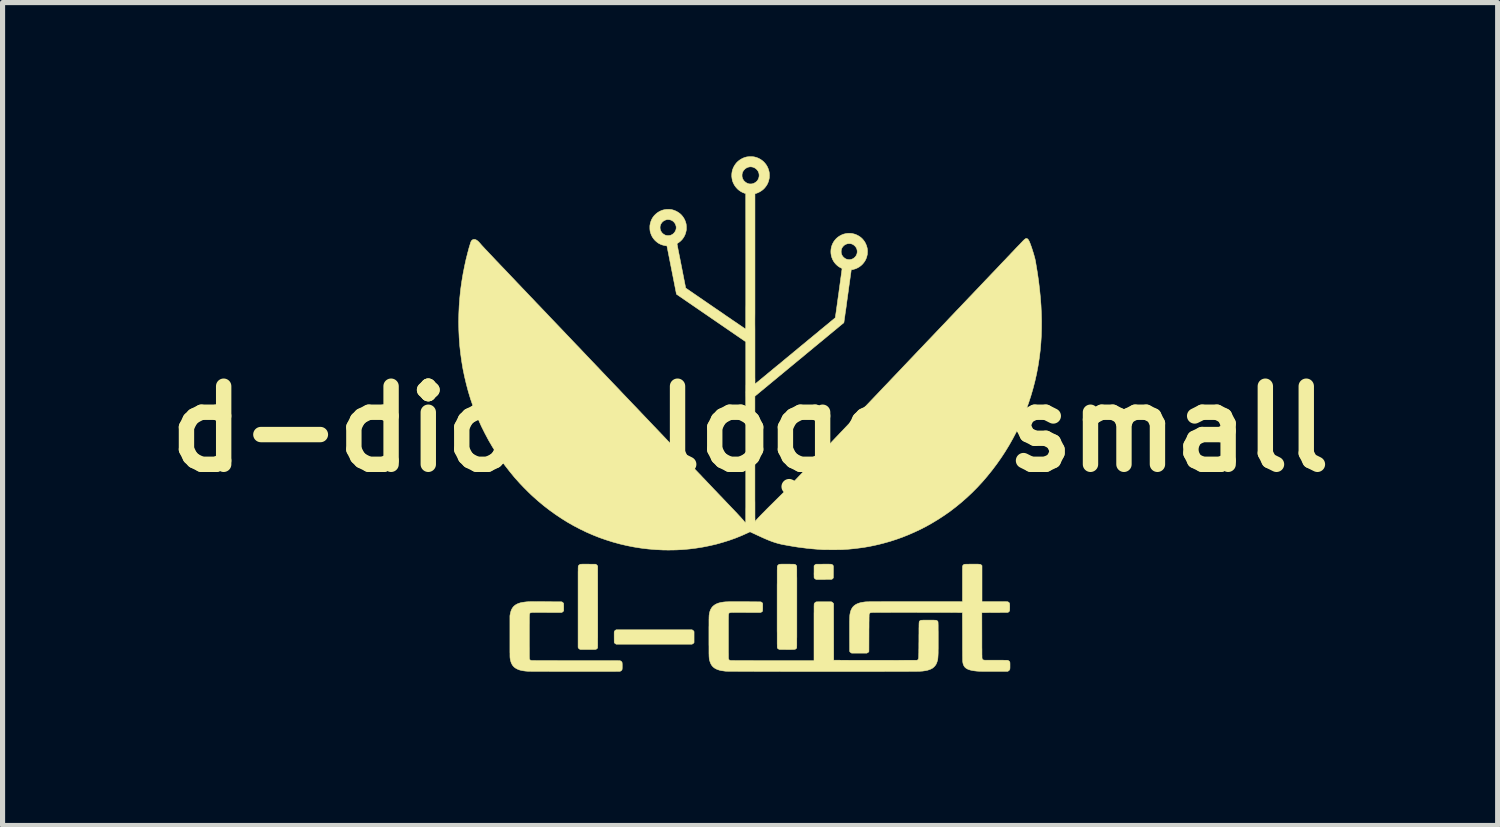
<source format=kicad_pcb>
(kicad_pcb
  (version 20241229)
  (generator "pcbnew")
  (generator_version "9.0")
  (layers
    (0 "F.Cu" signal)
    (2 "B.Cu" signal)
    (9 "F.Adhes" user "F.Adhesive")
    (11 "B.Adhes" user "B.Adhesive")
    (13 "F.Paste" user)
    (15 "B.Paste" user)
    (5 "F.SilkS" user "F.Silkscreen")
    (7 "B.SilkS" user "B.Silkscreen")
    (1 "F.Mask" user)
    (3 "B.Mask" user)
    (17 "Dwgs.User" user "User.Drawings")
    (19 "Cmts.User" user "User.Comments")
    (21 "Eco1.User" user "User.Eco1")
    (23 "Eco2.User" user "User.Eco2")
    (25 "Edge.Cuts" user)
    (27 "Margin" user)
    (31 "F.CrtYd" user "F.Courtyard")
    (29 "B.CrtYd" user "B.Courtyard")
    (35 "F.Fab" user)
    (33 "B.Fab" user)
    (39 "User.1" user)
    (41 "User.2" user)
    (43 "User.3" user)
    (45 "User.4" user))
  (footprint "d-diot-logo-small"
    (layer "F.Cu")
    (at 11.582 5.318)
    (property "Reference" "d-diot-logo-small" (at 0 0 0) (layer "F.SilkS") (effects (font (size 1.524 1.524) (thickness 0.3))))
    (attr through_hole)
    (fp_poly (pts (xy -1.121 3.924) (xy -1.112 3.93) (xy -1.104 3.938) (xy -1.097 3.946) (xy -1.093 3.953) (xy -1.093 3.957) (xy -1.093 3.965) (xy -1.093 3.977) (xy -1.093 3.993) (xy -1.093 4.011) (xy -1.093 4.031) (xy -1.093 4.054) (xy -1.093 4.063) (xy -1.093 4.167) (xy -1.1 4.176) (xy -1.107 4.183) (xy -1.115 4.189) (xy -1.121 4.192) (xy -1.134 4.199) (xy -2.61 4.199) (xy -2.623 4.192) (xy -2.636 4.183) (xy -2.644 4.175) (xy -2.65 4.165) (xy -2.651 4.065) (xy -2.651 4.035) (xy -2.651 4.01) (xy -2.651 3.989) (xy -2.651 3.973) (xy -2.65 3.962) (xy -2.649 3.955) (xy -2.649 3.955) (xy -2.643 3.942) (xy -2.633 3.93) (xy -2.623 3.924) (xy -2.612 3.918) (xy -1.132 3.918) (xy -1.121 3.924)) (stroke (width 0.01) (type solid)) (fill yes) (layer "F.SilkS"))
    (fp_poly (pts (xy 1.524 2.637) (xy 1.545 2.637) (xy 1.562 2.638) (xy 1.574 2.638) (xy 1.582 2.639) (xy 1.585 2.639) (xy 1.6 2.645) (xy 1.612 2.653) (xy 1.62 2.664) (xy 1.621 2.665) (xy 1.622 2.667) (xy 1.623 2.67) (xy 1.624 2.673) (xy 1.624 2.678) (xy 1.625 2.684) (xy 1.625 2.692) (xy 1.625 2.703) (xy 1.625 2.717) (xy 1.625 2.734) (xy 1.625 2.755) (xy 1.625 2.781) (xy 1.625 2.79) (xy 1.624 2.905) (xy 1.617 2.914) (xy 1.61 2.922) (xy 1.602 2.928) (xy 1.599 2.929) (xy 1.597 2.93) (xy 1.595 2.931) (xy 1.592 2.932) (xy 1.588 2.933) (xy 1.583 2.934) (xy 1.577 2.934) (xy 1.568 2.934) (xy 1.557 2.935) (xy 1.542 2.935) (xy 1.525 2.935) (xy 1.503 2.935) (xy 1.478 2.935) (xy 1.448 2.936) (xy 1.44 2.936) (xy 1.292 2.936) (xy 1.279 2.93) (xy 1.267 2.923) (xy 1.257 2.914) (xy 1.251 2.904) (xy 1.248 2.898) (xy 1.248 2.893) (xy 1.248 2.885) (xy 1.248 2.872) (xy 1.248 2.856) (xy 1.247 2.837) (xy 1.247 2.816) (xy 1.248 2.793) (xy 1.248 2.78) (xy 1.248 2.67) (xy 1.256 2.66) (xy 1.263 2.653) (xy 1.273 2.646) (xy 1.277 2.644) (xy 1.289 2.638) (xy 1.431 2.637) (xy 1.467 2.637) (xy 1.498 2.637) (xy 1.524 2.637)) (stroke (width 0.01) (type solid)) (fill yes) (layer "F.SilkS"))
    (fp_poly (pts (xy -3.178 2.637) (xy -3.157 2.637) (xy -3.013 2.638) (xy -3.001 2.645) (xy -2.992 2.652) (xy -2.984 2.66) (xy -2.981 2.664) (xy -2.973 2.675) (xy -2.972 3.469) (xy -2.972 3.55) (xy -2.972 3.625) (xy -2.972 3.695) (xy -2.972 3.761) (xy -2.972 3.822) (xy -2.972 3.879) (xy -2.972 3.931) (xy -2.972 3.979) (xy -2.972 4.023) (xy -2.972 4.063) (xy -2.973 4.099) (xy -2.973 4.131) (xy -2.973 4.16) (xy -2.973 4.185) (xy -2.973 4.206) (xy -2.973 4.225) (xy -2.974 4.24) (xy -2.974 4.251) (xy -2.974 4.26) (xy -2.974 4.266) (xy -2.975 4.27) (xy -2.975 4.27) (xy -2.978 4.276) (xy -2.984 4.283) (xy -2.988 4.286) (xy -2.992 4.29) (xy -2.996 4.293) (xy -3 4.295) (xy -3.005 4.297) (xy -3.01 4.299) (xy -3.018 4.3) (xy -3.027 4.301) (xy -3.039 4.302) (xy -3.053 4.302) (xy -3.071 4.302) (xy -3.092 4.302) (xy -3.117 4.302) (xy -3.147 4.302) (xy -3.163 4.302) (xy -3.19 4.302) (xy -3.215 4.302) (xy -3.238 4.302) (xy -3.259 4.302) (xy -3.277 4.302) (xy -3.291 4.301) (xy -3.302 4.301) (xy -3.308 4.301) (xy -3.31 4.301) (xy -3.321 4.297) (xy -3.332 4.291) (xy -3.342 4.282) (xy -3.349 4.273) (xy -3.35 4.272) (xy -3.355 4.261) (xy -3.355 3.472) (xy -3.355 3.397) (xy -3.355 3.327) (xy -3.355 3.262) (xy -3.355 3.201) (xy -3.355 3.144) (xy -3.355 3.092) (xy -3.355 3.044) (xy -3.355 3) (xy -3.355 2.959) (xy -3.355 2.922) (xy -3.355 2.889) (xy -3.355 2.858) (xy -3.355 2.831) (xy -3.355 2.807) (xy -3.355 2.785) (xy -3.354 2.766) (xy -3.354 2.749) (xy -3.354 2.735) (xy -3.354 2.722) (xy -3.354 2.712) (xy -3.353 2.703) (xy -3.353 2.696) (xy -3.353 2.69) (xy -3.353 2.685) (xy -3.352 2.681) (xy -3.352 2.678) (xy -3.352 2.676) (xy -3.351 2.675) (xy -3.351 2.674) (xy -3.351 2.673) (xy -3.344 2.663) (xy -3.334 2.653) (xy -3.323 2.645) (xy -3.313 2.64) (xy -3.312 2.639) (xy -3.307 2.639) (xy -3.3 2.638) (xy -3.29 2.638) (xy -3.275 2.637) (xy -3.257 2.637) (xy -3.235 2.637) (xy -3.209 2.637) (xy -3.178 2.637)) (stroke (width 0.01) (type solid)) (fill yes) (layer "F.SilkS"))
    (fp_poly (pts (xy 0.706 2.637) (xy 0.726 2.637) (xy 0.757 2.637) (xy 0.783 2.637) (xy 0.805 2.638) (xy 0.823 2.638) (xy 0.838 2.638) (xy 0.85 2.638) (xy 0.859 2.639) (xy 0.865 2.639) (xy 0.87 2.64) (xy 0.874 2.641) (xy 0.876 2.641) (xy 0.878 2.642) (xy 0.889 2.65) (xy 0.899 2.66) (xy 0.907 2.671) (xy 0.908 2.673) (xy 0.908 2.674) (xy 0.908 2.675) (xy 0.909 2.678) (xy 0.909 2.681) (xy 0.909 2.685) (xy 0.91 2.69) (xy 0.91 2.697) (xy 0.91 2.705) (xy 0.91 2.715) (xy 0.911 2.727) (xy 0.911 2.74) (xy 0.911 2.756) (xy 0.911 2.775) (xy 0.911 2.795) (xy 0.911 2.819) (xy 0.911 2.845) (xy 0.911 2.874) (xy 0.912 2.907) (xy 0.912 2.943) (xy 0.912 2.982) (xy 0.912 3.025) (xy 0.912 3.072) (xy 0.912 3.123) (xy 0.912 3.178) (xy 0.912 3.237) (xy 0.912 3.301) (xy 0.912 3.37) (xy 0.912 3.443) (xy 0.912 3.474) (xy 0.912 3.549) (xy 0.912 3.619) (xy 0.912 3.685) (xy 0.912 3.746) (xy 0.912 3.802) (xy 0.912 3.855) (xy 0.912 3.903) (xy 0.912 3.947) (xy 0.912 3.988) (xy 0.912 4.025) (xy 0.912 4.059) (xy 0.911 4.089) (xy 0.911 4.116) (xy 0.911 4.141) (xy 0.911 4.162) (xy 0.911 4.182) (xy 0.911 4.198) (xy 0.911 4.213) (xy 0.911 4.225) (xy 0.91 4.236) (xy 0.91 4.245) (xy 0.91 4.252) (xy 0.91 4.258) (xy 0.909 4.262) (xy 0.909 4.266) (xy 0.909 4.269) (xy 0.908 4.271) (xy 0.908 4.272) (xy 0.907 4.273) (xy 0.907 4.274) (xy 0.902 4.281) (xy 0.895 4.287) (xy 0.893 4.289) (xy 0.889 4.292) (xy 0.885 4.294) (xy 0.881 4.296) (xy 0.876 4.298) (xy 0.87 4.299) (xy 0.863 4.3) (xy 0.853 4.301) (xy 0.841 4.302) (xy 0.826 4.302) (xy 0.808 4.302) (xy 0.786 4.303) (xy 0.76 4.303) (xy 0.73 4.303) (xy 0.72 4.303) (xy 0.694 4.302) (xy 0.669 4.302) (xy 0.646 4.302) (xy 0.625 4.302) (xy 0.607 4.302) (xy 0.592 4.301) (xy 0.581 4.301) (xy 0.574 4.301) (xy 0.573 4.3) (xy 0.563 4.297) (xy 0.554 4.292) (xy 0.545 4.287) (xy 0.541 4.283) (xy 0.537 4.278) (xy 0.533 4.271) (xy 0.532 4.271) (xy 0.532 4.269) (xy 0.532 4.268) (xy 0.531 4.265) (xy 0.531 4.262) (xy 0.531 4.257) (xy 0.53 4.251) (xy 0.53 4.244) (xy 0.53 4.235) (xy 0.53 4.224) (xy 0.53 4.212) (xy 0.529 4.197) (xy 0.529 4.18) (xy 0.529 4.16) (xy 0.529 4.138) (xy 0.529 4.113) (xy 0.529 4.085) (xy 0.529 4.054) (xy 0.529 4.02) (xy 0.529 3.982) (xy 0.528 3.941) (xy 0.528 3.895) (xy 0.528 3.846) (xy 0.528 3.793) (xy 0.528 3.736) (xy 0.528 3.674) (xy 0.528 3.607) (xy 0.528 3.536) (xy 0.528 3.473) (xy 0.528 3.398) (xy 0.528 3.328) (xy 0.528 3.262) (xy 0.528 3.201) (xy 0.528 3.145) (xy 0.528 3.093) (xy 0.528 3.044) (xy 0.529 3) (xy 0.529 2.96) (xy 0.529 2.923) (xy 0.529 2.889) (xy 0.529 2.859) (xy 0.529 2.831) (xy 0.529 2.807) (xy 0.529 2.785) (xy 0.529 2.766) (xy 0.529 2.749) (xy 0.53 2.735) (xy 0.53 2.722) (xy 0.53 2.712) (xy 0.53 2.703) (xy 0.53 2.696) (xy 0.531 2.69) (xy 0.531 2.685) (xy 0.531 2.681) (xy 0.532 2.679) (xy 0.532 2.676) (xy 0.532 2.675) (xy 0.533 2.674) (xy 0.533 2.673) (xy 0.54 2.663) (xy 0.549 2.653) (xy 0.56 2.645) (xy 0.571 2.64) (xy 0.572 2.639) (xy 0.576 2.639) (xy 0.584 2.638) (xy 0.594 2.638) (xy 0.608 2.637) (xy 0.626 2.637) (xy 0.648 2.637) (xy 0.675 2.637) (xy 0.706 2.637)) (stroke (width 0.01) (type solid)) (fill yes) (layer "F.SilkS"))
    (fp_poly (pts (xy -4.174 3.368) (xy -4.139 3.369) (xy -4.1 3.369) (xy -4.056 3.369) (xy -4.008 3.369) (xy -3.969 3.37) (xy -3.674 3.372) (xy -3.664 3.377) (xy -3.653 3.385) (xy -3.644 3.394) (xy -3.638 3.404) (xy -3.638 3.406) (xy -3.637 3.41) (xy -3.637 3.419) (xy -3.637 3.431) (xy -3.636 3.446) (xy -3.636 3.463) (xy -3.636 3.479) (xy -3.636 3.545) (xy -3.643 3.556) (xy -3.653 3.566) (xy -3.663 3.573) (xy -3.677 3.58) (xy -3.969 3.579) (xy -4.015 3.579) (xy -4.056 3.579) (xy -4.093 3.579) (xy -4.126 3.579) (xy -4.155 3.579) (xy -4.18 3.579) (xy -4.201 3.579) (xy -4.219 3.58) (xy -4.235 3.58) (xy -4.248 3.58) (xy -4.258 3.581) (xy -4.267 3.582) (xy -4.274 3.583) (xy -4.279 3.584) (xy -4.283 3.585) (xy -4.286 3.586) (xy -4.288 3.588) (xy -4.29 3.59) (xy -4.292 3.592) (xy -4.293 3.594) (xy -4.295 3.596) (xy -4.297 3.598) (xy -4.298 3.599) (xy -4.299 3.601) (xy -4.3 3.604) (xy -4.301 3.607) (xy -4.302 3.612) (xy -4.303 3.617) (xy -4.304 3.624) (xy -4.304 3.632) (xy -4.305 3.643) (xy -4.305 3.655) (xy -4.306 3.67) (xy -4.306 3.688) (xy -4.306 3.708) (xy -4.306 3.731) (xy -4.306 3.758) (xy -4.306 3.788) (xy -4.307 3.822) (xy -4.307 3.859) (xy -4.307 3.901) (xy -4.307 3.948) (xy -4.307 3.999) (xy -4.307 4.049) (xy -4.307 4.103) (xy -4.307 4.153) (xy -4.307 4.199) (xy -4.307 4.239) (xy -4.306 4.276) (xy -4.306 4.309) (xy -4.306 4.338) (xy -4.306 4.364) (xy -4.306 4.386) (xy -4.306 4.406) (xy -4.306 4.422) (xy -4.306 4.436) (xy -4.305 4.448) (xy -4.305 4.458) (xy -4.305 4.466) (xy -4.305 4.472) (xy -4.304 4.477) (xy -4.304 4.481) (xy -4.303 4.484) (xy -4.303 4.486) (xy -4.302 4.488) (xy -4.302 4.489) (xy -4.295 4.501) (xy -4.285 4.51) (xy -4.271 4.516) (xy -4.27 4.516) (xy -4.267 4.516) (xy -4.26 4.516) (xy -4.25 4.517) (xy -4.236 4.517) (xy -4.218 4.517) (xy -4.196 4.517) (xy -4.171 4.518) (xy -4.141 4.518) (xy -4.108 4.518) (xy -4.07 4.518) (xy -4.028 4.518) (xy -3.981 4.518) (xy -3.93 4.518) (xy -3.875 4.518) (xy -3.815 4.518) (xy -3.751 4.519) (xy -3.681 4.519) (xy -3.607 4.519) (xy -3.528 4.519) (xy -3.444 4.519) (xy -3.402 4.519) (xy -3.316 4.519) (xy -3.234 4.519) (xy -3.157 4.519) (xy -3.084 4.519) (xy -3.015 4.519) (xy -2.951 4.519) (xy -2.891 4.519) (xy -2.836 4.519) (xy -2.785 4.519) (xy -2.739 4.519) (xy -2.697 4.52) (xy -2.66 4.52) (xy -2.628 4.52) (xy -2.601 4.52) (xy -2.578 4.52) (xy -2.56 4.521) (xy -2.548 4.521) (xy -2.54 4.521) (xy -2.537 4.521) (xy -2.524 4.526) (xy -2.512 4.534) (xy -2.503 4.543) (xy -2.499 4.55) (xy -2.498 4.554) (xy -2.497 4.558) (xy -2.496 4.563) (xy -2.495 4.57) (xy -2.495 4.58) (xy -2.494 4.593) (xy -2.494 4.61) (xy -2.494 4.624) (xy -2.494 4.644) (xy -2.494 4.659) (xy -2.495 4.671) (xy -2.495 4.679) (xy -2.496 4.686) (xy -2.497 4.691) (xy -2.498 4.694) (xy -2.499 4.698) (xy -2.5 4.699) (xy -2.507 4.709) (xy -2.518 4.718) (xy -2.531 4.725) (xy -2.542 4.728) (xy -2.545 4.728) (xy -2.554 4.728) (xy -2.566 4.728) (xy -2.584 4.728) (xy -2.605 4.728) (xy -2.631 4.729) (xy -2.66 4.729) (xy -2.693 4.729) (xy -2.729 4.729) (xy -2.768 4.729) (xy -2.81 4.729) (xy -2.854 4.729) (xy -2.901 4.729) (xy -2.95 4.729) (xy -3.001 4.729) (xy -3.054 4.729) (xy -3.109 4.729) (xy -3.164 4.729) (xy -3.221 4.729) (xy -3.278 4.729) (xy -3.336 4.729) (xy -3.395 4.729) (xy -3.453 4.729) (xy -3.512 4.729) (xy -3.57 4.729) (xy -3.628 4.729) (xy -3.685 4.729) (xy -3.741 4.729) (xy -3.796 4.729) (xy -3.85 4.729) (xy -3.901 4.729) (xy -3.951 4.728) (xy -3.999 4.728) (xy -4.045 4.728) (xy -4.088 4.728) (xy -4.129 4.728) (xy -4.166 4.728) (xy -4.2 4.728) (xy -4.231 4.728) (xy -4.258 4.728) (xy -4.282 4.727) (xy -4.301 4.727) (xy -4.316 4.727) (xy -4.326 4.727) (xy -4.332 4.727) (xy -4.332 4.727) (xy -4.381 4.723) (xy -4.426 4.717) (xy -4.467 4.709) (xy -4.504 4.699) (xy -4.536 4.686) (xy -4.565 4.671) (xy -4.591 4.654) (xy -4.613 4.634) (xy -4.632 4.611) (xy -4.637 4.604) (xy -4.65 4.581) (xy -4.661 4.556) (xy -4.67 4.527) (xy -4.678 4.494) (xy -4.68 4.478) (xy -4.681 4.475) (xy -4.682 4.471) (xy -4.682 4.466) (xy -4.683 4.46) (xy -4.683 4.454) (xy -4.683 4.446) (xy -4.684 4.437) (xy -4.684 4.426) (xy -4.684 4.413) (xy -4.684 4.397) (xy -4.684 4.379) (xy -4.685 4.358) (xy -4.685 4.335) (xy -4.685 4.308) (xy -4.685 4.277) (xy -4.685 4.243) (xy -4.685 4.204) (xy -4.685 4.162) (xy -4.685 4.115) (xy -4.685 4.063) (xy -4.685 3.644) (xy -4.679 3.611) (xy -4.671 3.575) (xy -4.661 3.543) (xy -4.649 3.515) (xy -4.634 3.49) (xy -4.617 3.468) (xy -4.606 3.457) (xy -4.585 3.439) (xy -4.562 3.424) (xy -4.537 3.411) (xy -4.508 3.4) (xy -4.476 3.39) (xy -4.44 3.383) (xy -4.4 3.377) (xy -4.356 3.372) (xy -4.321 3.37) (xy -4.309 3.37) (xy -4.294 3.369) (xy -4.277 3.369) (xy -4.256 3.369) (xy -4.233 3.369) (xy -4.205 3.368) (xy -4.174 3.368)) (stroke (width 0.01) (type solid)) (fill yes) (layer "F.SilkS"))
    (fp_poly (pts (xy 4.433 2.637) (xy 4.449 2.637) (xy 4.463 2.638) (xy 4.474 2.639) (xy 4.483 2.64) (xy 4.489 2.641) (xy 4.495 2.643) (xy 4.5 2.645) (xy 4.504 2.648) (xy 4.508 2.651) (xy 4.512 2.654) (xy 4.512 2.654) (xy 4.524 2.665) (xy 4.524 3.368) (xy 4.769 3.368) (xy 4.815 3.368) (xy 4.857 3.368) (xy 4.894 3.368) (xy 4.926 3.368) (xy 4.953 3.369) (xy 4.976 3.369) (xy 4.994 3.369) (xy 5.008 3.37) (xy 5.018 3.37) (xy 5.024 3.371) (xy 5.025 3.371) (xy 5.036 3.375) (xy 5.047 3.383) (xy 5.056 3.392) (xy 5.061 3.4) (xy 5.062 3.406) (xy 5.063 3.415) (xy 5.064 3.428) (xy 5.065 3.444) (xy 5.065 3.461) (xy 5.065 3.478) (xy 5.065 3.496) (xy 5.064 3.512) (xy 5.064 3.527) (xy 5.063 3.539) (xy 5.062 3.547) (xy 5.061 3.549) (xy 5.054 3.56) (xy 5.043 3.57) (xy 5.033 3.576) (xy 5.031 3.576) (xy 5.029 3.577) (xy 5.026 3.578) (xy 5.021 3.578) (xy 5.016 3.579) (xy 5.009 3.579) (xy 4.999 3.579) (xy 4.988 3.58) (xy 4.974 3.58) (xy 4.957 3.58) (xy 4.936 3.58) (xy 4.913 3.58) (xy 4.885 3.58) (xy 4.853 3.581) (xy 4.817 3.581) (xy 4.776 3.581) (xy 4.772 3.581) (xy 4.521 3.582) (xy 4.522 4.024) (xy 4.522 4.081) (xy 4.522 4.134) (xy 4.522 4.181) (xy 4.522 4.224) (xy 4.522 4.263) (xy 4.523 4.298) (xy 4.523 4.329) (xy 4.523 4.357) (xy 4.523 4.381) (xy 4.523 4.401) (xy 4.524 4.419) (xy 4.524 4.434) (xy 4.524 4.447) (xy 4.524 4.457) (xy 4.525 4.464) (xy 4.525 4.47) (xy 4.526 4.475) (xy 4.526 4.477) (xy 4.526 4.478) (xy 4.533 4.491) (xy 4.543 4.501) (xy 4.555 4.507) (xy 4.558 4.508) (xy 4.562 4.509) (xy 4.569 4.509) (xy 4.58 4.51) (xy 4.595 4.51) (xy 4.614 4.51) (xy 4.637 4.511) (xy 4.664 4.511) (xy 4.696 4.511) (xy 4.732 4.511) (xy 4.773 4.511) (xy 4.791 4.511) (xy 4.824 4.511) (xy 4.856 4.511) (xy 4.887 4.511) (xy 4.915 4.511) (xy 4.941 4.511) (xy 4.964 4.512) (xy 4.983 4.512) (xy 5 4.512) (xy 5.012 4.512) (xy 5.019 4.512) (xy 5.022 4.513) (xy 5.035 4.517) (xy 5.047 4.524) (xy 5.058 4.533) (xy 5.064 4.541) (xy 5.066 4.545) (xy 5.067 4.549) (xy 5.068 4.553) (xy 5.069 4.559) (xy 5.069 4.567) (xy 5.07 4.578) (xy 5.07 4.592) (xy 5.07 4.61) (xy 5.07 4.617) (xy 5.07 4.639) (xy 5.07 4.656) (xy 5.069 4.669) (xy 5.068 4.678) (xy 5.068 4.685) (xy 5.066 4.689) (xy 5.066 4.69) (xy 5.06 4.701) (xy 5.05 4.712) (xy 5.038 4.721) (xy 5.036 4.723) (xy 5.025 4.728) (xy 4.771 4.728) (xy 4.735 4.728) (xy 4.699 4.728) (xy 4.665 4.728) (xy 4.631 4.728) (xy 4.6 4.728) (xy 4.572 4.728) (xy 4.546 4.728) (xy 4.523 4.728) (xy 4.504 4.727) (xy 4.49 4.727) (xy 4.479 4.727) (xy 4.476 4.727) (xy 4.426 4.724) (xy 4.381 4.719) (xy 4.34 4.713) (xy 4.304 4.705) (xy 4.272 4.696) (xy 4.245 4.685) (xy 4.221 4.672) (xy 4.202 4.658) (xy 4.186 4.642) (xy 4.183 4.638) (xy 4.172 4.621) (xy 4.163 4.603) (xy 4.156 4.583) (xy 4.151 4.56) (xy 4.148 4.534) (xy 4.147 4.532) (xy 4.147 4.525) (xy 4.147 4.514) (xy 4.146 4.497) (xy 4.146 4.476) (xy 4.146 4.45) (xy 4.145 4.419) (xy 4.145 4.383) (xy 4.145 4.342) (xy 4.144 4.296) (xy 4.144 4.246) (xy 4.144 4.19) (xy 4.144 4.129) (xy 4.144 4.064) (xy 4.144 4.042) (xy 4.142 3.581) (xy 4.009 3.58) (xy 3.981 3.58) (xy 3.949 3.58) (xy 3.913 3.579) (xy 3.873 3.579) (xy 3.829 3.579) (xy 3.782 3.579) (xy 3.733 3.579) (xy 3.681 3.578) (xy 3.627 3.578) (xy 3.57 3.578) (xy 3.513 3.578) (xy 3.454 3.578) (xy 3.395 3.578) (xy 3.334 3.578) (xy 3.274 3.578) (xy 3.214 3.577) (xy 3.154 3.577) (xy 3.095 3.577) (xy 3.037 3.577) (xy 2.981 3.577) (xy 2.926 3.577) (xy 2.874 3.577) (xy 2.824 3.577) (xy 2.776 3.577) (xy 2.732 3.578) (xy 2.691 3.578) (xy 2.654 3.578) (xy 2.621 3.578) (xy 2.593 3.578) (xy 2.569 3.578) (xy 2.568 3.578) (xy 2.53 3.579) (xy 2.497 3.579) (xy 2.469 3.579) (xy 2.444 3.579) (xy 2.423 3.58) (xy 2.406 3.58) (xy 2.392 3.58) (xy 2.38 3.581) (xy 2.371 3.581) (xy 2.364 3.581) (xy 2.358 3.582) (xy 2.354 3.583) (xy 2.351 3.583) (xy 2.349 3.584) (xy 2.347 3.585) (xy 2.346 3.585) (xy 2.335 3.594) (xy 2.327 3.605) (xy 2.323 3.616) (xy 2.323 3.62) (xy 2.322 3.629) (xy 2.322 3.641) (xy 2.322 3.659) (xy 2.321 3.681) (xy 2.321 3.708) (xy 2.321 3.739) (xy 2.32 3.776) (xy 2.32 3.817) (xy 2.32 3.863) (xy 2.319 3.914) (xy 2.319 3.97) (xy 2.319 3.984) (xy 2.318 4.342) (xy 2.312 4.35) (xy 2.306 4.356) (xy 2.298 4.362) (xy 2.292 4.365) (xy 2.277 4.373) (xy 1.982 4.373) (xy 1.97 4.366) (xy 1.958 4.358) (xy 1.949 4.349) (xy 1.942 4.338) (xy 1.941 4.025) (xy 1.941 3.973) (xy 1.941 3.926) (xy 1.941 3.884) (xy 1.941 3.846) (xy 1.941 3.812) (xy 1.941 3.781) (xy 1.941 3.754) (xy 1.942 3.73) (xy 1.942 3.709) (xy 1.943 3.69) (xy 1.943 3.674) (xy 1.944 3.66) (xy 1.945 3.647) (xy 1.945 3.636) (xy 1.946 3.626) (xy 1.948 3.617) (xy 1.949 3.609) (xy 1.95 3.605) (xy 1.958 3.567) (xy 1.969 3.534) (xy 1.984 3.504) (xy 2.001 3.477) (xy 2.022 3.455) (xy 2.037 3.442) (xy 2.059 3.427) (xy 2.082 3.414) (xy 2.107 3.404) (xy 2.135 3.394) (xy 2.166 3.386) (xy 2.201 3.38) (xy 2.24 3.374) (xy 2.244 3.374) (xy 2.248 3.373) (xy 2.252 3.373) (xy 2.257 3.373) (xy 2.262 3.372) (xy 2.268 3.372) (xy 2.275 3.372) (xy 2.283 3.371) (xy 2.292 3.371) (xy 2.303 3.371) (xy 2.316 3.371) (xy 2.33 3.37) (xy 2.346 3.37) (xy 2.365 3.37) (xy 2.386 3.37) (xy 2.41 3.37) (xy 2.436 3.37) (xy 2.465 3.37) (xy 2.497 3.37) (xy 2.532 3.37) (xy 2.571 3.369) (xy 2.613 3.369) (xy 2.659 3.369) (xy 2.709 3.369) (xy 2.764 3.369) (xy 2.822 3.369) (xy 2.885 3.369) (xy 2.952 3.369) (xy 3.024 3.369) (xy 3.076 3.369) (xy 3.141 3.369) (xy 3.205 3.369) (xy 3.269 3.369) (xy 3.331 3.369) (xy 3.393 3.369) (xy 3.453 3.369) (xy 3.511 3.369) (xy 3.567 3.369) (xy 3.621 3.369) (xy 3.673 3.369) (xy 3.722 3.369) (xy 3.768 3.369) (xy 3.811 3.369) (xy 3.851 3.369) (xy 3.887 3.369) (xy 3.919 3.369) (xy 3.947 3.369) (xy 3.971 3.369) (xy 3.99 3.369) (xy 4.005 3.369) (xy 4.006 3.369) (xy 4.143 3.368) (xy 4.143 3.024) (xy 4.143 2.975) (xy 4.143 2.93) (xy 4.143 2.89) (xy 4.143 2.855) (xy 4.143 2.823) (xy 4.143 2.796) (xy 4.143 2.772) (xy 4.143 2.751) (xy 4.143 2.733) (xy 4.144 2.718) (xy 4.144 2.706) (xy 4.144 2.696) (xy 4.144 2.688) (xy 4.145 2.682) (xy 4.145 2.677) (xy 4.146 2.674) (xy 4.146 2.671) (xy 4.147 2.67) (xy 4.154 2.658) (xy 4.165 2.648) (xy 4.172 2.643) (xy 4.174 2.642) (xy 4.177 2.641) (xy 4.18 2.64) (xy 4.183 2.64) (xy 4.189 2.639) (xy 4.196 2.639) (xy 4.205 2.638) (xy 4.217 2.638) (xy 4.232 2.638) (xy 4.25 2.638) (xy 4.273 2.637) (xy 4.299 2.637) (xy 4.328 2.637) (xy 4.361 2.637) (xy 4.389 2.637) (xy 4.413 2.637) (xy 4.433 2.637)) (stroke (width 0.01) (type solid)) (fill yes) (layer "F.SilkS"))
    (fp_poly (pts (xy -0.276 3.37) (xy -0.238 3.37) (xy -0.195 3.37) (xy -0.148 3.37) (xy -0.128 3.37) (xy -0.082 3.37) (xy -0.039 3.37) (xy 0.002 3.371) (xy 0.039 3.371) (xy 0.074 3.371) (xy 0.105 3.371) (xy 0.132 3.372) (xy 0.156 3.372) (xy 0.176 3.372) (xy 0.191 3.372) (xy 0.202 3.373) (xy 0.207 3.373) (xy 0.209 3.373) (xy 0.223 3.379) (xy 0.235 3.389) (xy 0.241 3.396) (xy 0.242 3.399) (xy 0.244 3.401) (xy 0.245 3.405) (xy 0.245 3.409) (xy 0.246 3.416) (xy 0.246 3.424) (xy 0.246 3.437) (xy 0.246 3.452) (xy 0.246 3.472) (xy 0.246 3.477) (xy 0.246 3.5) (xy 0.245 3.518) (xy 0.245 3.532) (xy 0.244 3.543) (xy 0.242 3.552) (xy 0.24 3.558) (xy 0.236 3.562) (xy 0.232 3.566) (xy 0.226 3.569) (xy 0.219 3.573) (xy 0.219 3.573) (xy 0.205 3.58) (xy -0.086 3.579) (xy -0.132 3.579) (xy -0.173 3.579) (xy -0.21 3.579) (xy -0.243 3.579) (xy -0.271 3.579) (xy -0.296 3.579) (xy -0.317 3.579) (xy -0.336 3.58) (xy -0.351 3.58) (xy -0.364 3.58) (xy -0.374 3.581) (xy -0.383 3.582) (xy -0.389 3.583) (xy -0.394 3.584) (xy -0.398 3.585) (xy -0.402 3.586) (xy -0.404 3.588) (xy -0.406 3.59) (xy -0.408 3.592) (xy -0.409 3.593) (xy -0.411 3.595) (xy -0.413 3.597) (xy -0.414 3.598) (xy -0.415 3.6) (xy -0.416 3.603) (xy -0.417 3.606) (xy -0.418 3.61) (xy -0.419 3.615) (xy -0.42 3.622) (xy -0.421 3.631) (xy -0.421 3.641) (xy -0.421 3.653) (xy -0.422 3.668) (xy -0.422 3.685) (xy -0.422 3.706) (xy -0.423 3.729) (xy -0.423 3.755) (xy -0.423 3.785) (xy -0.423 3.819) (xy -0.423 3.856) (xy -0.423 3.898) (xy -0.423 3.944) (xy -0.423 3.995) (xy -0.423 4.049) (xy -0.423 4.103) (xy -0.423 4.153) (xy -0.423 4.199) (xy -0.423 4.239) (xy -0.423 4.276) (xy -0.423 4.309) (xy -0.423 4.338) (xy -0.423 4.364) (xy -0.422 4.386) (xy -0.422 4.406) (xy -0.422 4.422) (xy -0.422 4.436) (xy -0.422 4.448) (xy -0.422 4.458) (xy -0.421 4.466) (xy -0.421 4.472) (xy -0.421 4.477) (xy -0.42 4.481) (xy -0.42 4.484) (xy -0.419 4.486) (xy -0.419 4.488) (xy -0.418 4.489) (xy -0.411 4.501) (xy -0.401 4.51) (xy -0.387 4.516) (xy -0.386 4.516) (xy -0.383 4.516) (xy -0.376 4.516) (xy -0.366 4.517) (xy -0.352 4.517) (xy -0.334 4.517) (xy -0.312 4.517) (xy -0.286 4.518) (xy -0.257 4.518) (xy -0.223 4.518) (xy -0.185 4.518) (xy -0.142 4.518) (xy -0.096 4.518) (xy -0.044 4.518) (xy 0.011 4.518) (xy 0.072 4.519) (xy 0.137 4.519) (xy 0.206 4.519) (xy 0.281 4.519) (xy 0.361 4.519) (xy 0.437 4.519) (xy 1.247 4.519) (xy 1.247 3.968) (xy 1.247 3.906) (xy 1.247 3.848) (xy 1.247 3.795) (xy 1.247 3.747) (xy 1.247 3.703) (xy 1.247 3.663) (xy 1.247 3.627) (xy 1.247 3.595) (xy 1.248 3.566) (xy 1.248 3.54) (xy 1.248 3.517) (xy 1.248 3.497) (xy 1.248 3.48) (xy 1.248 3.465) (xy 1.248 3.453) (xy 1.249 3.442) (xy 1.249 3.434) (xy 1.249 3.427) (xy 1.25 3.421) (xy 1.25 3.417) (xy 1.25 3.414) (xy 1.251 3.411) (xy 1.251 3.409) (xy 1.252 3.408) (xy 1.252 3.407) (xy 1.258 3.397) (xy 1.267 3.388) (xy 1.278 3.379) (xy 1.288 3.374) (xy 1.29 3.373) (xy 1.295 3.373) (xy 1.304 3.372) (xy 1.318 3.372) (xy 1.336 3.371) (xy 1.359 3.371) (xy 1.387 3.371) (xy 1.42 3.371) (xy 1.445 3.371) (xy 1.589 3.372) (xy 1.601 3.379) (xy 1.609 3.385) (xy 1.618 3.394) (xy 1.621 3.398) (xy 1.629 3.41) (xy 1.63 3.96) (xy 1.631 4.51) (xy 1.852 4.512) (xy 1.876 4.512) (xy 1.905 4.512) (xy 1.938 4.513) (xy 1.975 4.513) (xy 2.016 4.513) (xy 2.061 4.513) (xy 2.108 4.513) (xy 2.158 4.513) (xy 2.21 4.513) (xy 2.264 4.513) (xy 2.319 4.513) (xy 2.376 4.513) (xy 2.434 4.513) (xy 2.492 4.513) (xy 2.551 4.513) (xy 2.609 4.513) (xy 2.664 4.513) (xy 3.255 4.512) (xy 3.266 4.506) (xy 3.275 4.5) (xy 3.281 4.492) (xy 3.282 4.489) (xy 3.283 4.486) (xy 3.285 4.482) (xy 3.285 4.478) (xy 3.286 4.473) (xy 3.287 4.466) (xy 3.288 4.458) (xy 3.288 4.447) (xy 3.289 4.435) (xy 3.289 4.421) (xy 3.29 4.403) (xy 3.29 4.384) (xy 3.291 4.361) (xy 3.291 4.334) (xy 3.291 4.305) (xy 3.292 4.271) (xy 3.292 4.234) (xy 3.292 4.192) (xy 3.293 4.145) (xy 3.293 4.094) (xy 3.293 4.074) (xy 3.293 4.028) (xy 3.294 3.986) (xy 3.294 3.948) (xy 3.294 3.915) (xy 3.294 3.886) (xy 3.295 3.861) (xy 3.295 3.839) (xy 3.295 3.82) (xy 3.296 3.805) (xy 3.296 3.791) (xy 3.297 3.781) (xy 3.298 3.772) (xy 3.299 3.765) (xy 3.3 3.76) (xy 3.301 3.755) (xy 3.302 3.752) (xy 3.304 3.75) (xy 3.306 3.748) (xy 3.308 3.746) (xy 3.31 3.745) (xy 3.312 3.743) (xy 3.316 3.74) (xy 3.319 3.738) (xy 3.324 3.736) (xy 3.329 3.734) (xy 3.335 3.732) (xy 3.343 3.731) (xy 3.353 3.73) (xy 3.365 3.73) (xy 3.381 3.729) (xy 3.4 3.729) (xy 3.423 3.729) (xy 3.45 3.729) (xy 3.481 3.729) (xy 3.482 3.729) (xy 3.514 3.729) (xy 3.541 3.729) (xy 3.563 3.729) (xy 3.582 3.729) (xy 3.598 3.73) (xy 3.61 3.73) (xy 3.62 3.731) (xy 3.628 3.732) (xy 3.634 3.733) (xy 3.639 3.735) (xy 3.643 3.737) (xy 3.647 3.74) (xy 3.651 3.742) (xy 3.651 3.743) (xy 3.654 3.745) (xy 3.656 3.746) (xy 3.659 3.748) (xy 3.66 3.75) (xy 3.662 3.752) (xy 3.663 3.755) (xy 3.665 3.759) (xy 3.666 3.765) (xy 3.667 3.772) (xy 3.667 3.781) (xy 3.668 3.793) (xy 3.668 3.807) (xy 3.669 3.823) (xy 3.669 3.843) (xy 3.669 3.866) (xy 3.669 3.893) (xy 3.669 3.923) (xy 3.67 3.958) (xy 3.67 3.997) (xy 3.67 4.04) (xy 3.67 4.058) (xy 3.67 4.111) (xy 3.67 4.16) (xy 3.67 4.205) (xy 3.67 4.245) (xy 3.67 4.281) (xy 3.669 4.313) (xy 3.669 4.342) (xy 3.669 4.368) (xy 3.668 4.391) (xy 3.667 4.412) (xy 3.666 4.43) (xy 3.665 4.446) (xy 3.664 4.46) (xy 3.663 4.473) (xy 3.661 4.485) (xy 3.66 4.496) (xy 3.658 4.506) (xy 3.655 4.516) (xy 3.653 4.525) (xy 3.652 4.528) (xy 3.641 4.561) (xy 3.627 4.592) (xy 3.608 4.619) (xy 3.586 4.643) (xy 3.561 4.664) (xy 3.531 4.681) (xy 3.497 4.695) (xy 3.46 4.707) (xy 3.447 4.71) (xy 3.421 4.715) (xy 3.395 4.719) (xy 3.367 4.723) (xy 3.336 4.725) (xy 3.306 4.727) (xy 3.299 4.727) (xy 3.287 4.727) (xy 3.271 4.727) (xy 3.249 4.728) (xy 3.223 4.728) (xy 3.193 4.728) (xy 3.159 4.728) (xy 3.12 4.728) (xy 3.078 4.729) (xy 3.032 4.729) (xy 2.983 4.729) (xy 2.93 4.729) (xy 2.874 4.729) (xy 2.815 4.729) (xy 2.752 4.729) (xy 2.687 4.729) (xy 2.62 4.73) (xy 2.55 4.73) (xy 2.477 4.73) (xy 2.403 4.73) (xy 2.326 4.73) (xy 2.247 4.73) (xy 2.167 4.73) (xy 2.085 4.73) (xy 2.002 4.73) (xy 1.917 4.73) (xy 1.832 4.73) (xy 1.745 4.73) (xy 1.658 4.73) (xy 1.569 4.73) (xy 1.481 4.73) (xy 1.392 4.73) (xy 1.303 4.73) (xy 1.213 4.73) (xy 1.124 4.73) (xy 1.035 4.73) (xy 0.947 4.73) (xy 0.859 4.73) (xy 0.772 4.73) (xy 0.685 4.73) (xy 0.6 4.73) (xy 0.516 4.729) (xy 0.433 4.729) (xy 0.418 4.729) (xy 0.351 4.729) (xy 0.286 4.729) (xy 0.222 4.729) (xy 0.159 4.729) (xy 0.099 4.729) (xy 0.04 4.728) (xy -0.016 4.728) (xy -0.07 4.728) (xy -0.122 4.728) (xy -0.17 4.728) (xy -0.216 4.728) (xy -0.259 4.727) (xy -0.298 4.727) (xy -0.334 4.727) (xy -0.366 4.727) (xy -0.395 4.727) (xy -0.419 4.727) (xy -0.439 4.726) (xy -0.455 4.726) (xy -0.466 4.726) (xy -0.472 4.726) (xy -0.474 4.726) (xy -0.48 4.725) (xy -0.49 4.724) (xy -0.503 4.722) (xy -0.516 4.72) (xy -0.517 4.72) (xy -0.562 4.714) (xy -0.602 4.704) (xy -0.638 4.692) (xy -0.671 4.677) (xy -0.699 4.66) (xy -0.724 4.639) (xy -0.745 4.615) (xy -0.762 4.588) (xy -0.776 4.557) (xy -0.787 4.524) (xy -0.794 4.497) (xy -0.795 4.491) (xy -0.796 4.484) (xy -0.797 4.477) (xy -0.798 4.47) (xy -0.798 4.462) (xy -0.799 4.453) (xy -0.8 4.442) (xy -0.8 4.43) (xy -0.801 4.416) (xy -0.801 4.4) (xy -0.802 4.381) (xy -0.802 4.36) (xy -0.802 4.336) (xy -0.802 4.309) (xy -0.802 4.278) (xy -0.802 4.244) (xy -0.803 4.206) (xy -0.803 4.164) (xy -0.803 4.117) (xy -0.803 4.065) (xy -0.803 4.047) (xy -0.803 3.994) (xy -0.803 3.947) (xy -0.803 3.904) (xy -0.803 3.865) (xy -0.802 3.831) (xy -0.802 3.8) (xy -0.802 3.773) (xy -0.802 3.749) (xy -0.802 3.728) (xy -0.802 3.71) (xy -0.801 3.694) (xy -0.801 3.681) (xy -0.801 3.669) (xy -0.8 3.66) (xy -0.8 3.652) (xy -0.8 3.645) (xy -0.799 3.639) (xy -0.799 3.635) (xy -0.793 3.597) (xy -0.785 3.563) (xy -0.774 3.532) (xy -0.76 3.505) (xy -0.744 3.481) (xy -0.731 3.465) (xy -0.707 3.444) (xy -0.68 3.425) (xy -0.649 3.409) (xy -0.614 3.396) (xy -0.575 3.386) (xy -0.553 3.382) (xy -0.542 3.38) (xy -0.532 3.379) (xy -0.523 3.377) (xy -0.513 3.376) (xy -0.504 3.375) (xy -0.495 3.374) (xy -0.484 3.373) (xy -0.473 3.372) (xy -0.46 3.372) (xy -0.446 3.371) (xy -0.43 3.371) (xy -0.411 3.37) (xy -0.391 3.37) (xy -0.367 3.37) (xy -0.34 3.37) (xy -0.31 3.37) (xy -0.276 3.37)) (stroke (width 0.01) (type solid)) (fill yes) (layer "F.SilkS"))
    (fp_poly (pts (xy 0.041 -5.312) (xy 0.061 -5.31) (xy 0.079 -5.308) (xy 0.079 -5.308) (xy 0.122 -5.297) (xy 0.161 -5.282) (xy 0.199 -5.262) (xy 0.233 -5.239) (xy 0.265 -5.212) (xy 0.293 -5.181) (xy 0.318 -5.148) (xy 0.339 -5.111) (xy 0.355 -5.073) (xy 0.368 -5.031) (xy 0.372 -5.011) (xy 0.375 -4.992) (xy 0.376 -4.97) (xy 0.377 -4.946) (xy 0.376 -4.922) (xy 0.375 -4.899) (xy 0.372 -4.883) (xy 0.362 -4.841) (xy 0.348 -4.801) (xy 0.329 -4.763) (xy 0.306 -4.729) (xy 0.28 -4.697) (xy 0.25 -4.668) (xy 0.216 -4.643) (xy 0.179 -4.621) (xy 0.139 -4.603) (xy 0.11 -4.593) (xy 0.095 -4.589) (xy 0.095 -2.732) (xy 0.095 -2.608) (xy 0.095 -2.487) (xy 0.095 -2.371) (xy 0.095 -2.258) (xy 0.094 -2.15) (xy 0.094 -2.046) (xy 0.095 -1.946) (xy 0.095 -1.85) (xy 0.095 -1.758) (xy 0.095 -1.671) (xy 0.095 -1.588) (xy 0.095 -1.509) (xy 0.095 -1.435) (xy 0.095 -1.365) (xy 0.095 -1.299) (xy 0.095 -1.239) (xy 0.095 -1.182) (xy 0.095 -1.131) (xy 0.095 -1.084) (xy 0.095 -1.041) (xy 0.095 -1.004) (xy 0.096 -0.971) (xy 0.096 -0.943) (xy 0.096 -0.92) (xy 0.096 -0.902) (xy 0.096 -0.888) (xy 0.096 -0.88) (xy 0.096 -0.877) (xy 0.096 -0.877) (xy 0.099 -0.878) (xy 0.104 -0.883) (xy 0.114 -0.891) (xy 0.127 -0.902) (xy 0.143 -0.915) (xy 0.163 -0.931) (xy 0.186 -0.95) (xy 0.212 -0.972) (xy 0.241 -0.995) (xy 0.272 -1.021) (xy 0.306 -1.049) (xy 0.342 -1.079) (xy 0.381 -1.111) (xy 0.422 -1.145) (xy 0.465 -1.181) (xy 0.51 -1.218) (xy 0.557 -1.256) (xy 0.606 -1.296) (xy 0.656 -1.338) (xy 0.707 -1.38) (xy 0.76 -1.424) (xy 0.814 -1.468) (xy 0.868 -1.514) (xy 0.878 -1.521) (xy 0.933 -1.567) (xy 0.987 -1.612) (xy 1.04 -1.655) (xy 1.092 -1.698) (xy 1.142 -1.74) (xy 1.191 -1.78) (xy 1.238 -1.819) (xy 1.283 -1.856) (xy 1.327 -1.892) (xy 1.368 -1.927) (xy 1.407 -1.959) (xy 1.444 -1.989) (xy 1.479 -2.018) (xy 1.511 -2.044) (xy 1.54 -2.068) (xy 1.566 -2.09) (xy 1.59 -2.11) (xy 1.61 -2.126) (xy 1.627 -2.14) (xy 1.641 -2.152) (xy 1.651 -2.16) (xy 1.657 -2.166) (xy 1.66 -2.168) (xy 1.66 -2.168) (xy 1.661 -2.171) (xy 1.663 -2.179) (xy 1.665 -2.192) (xy 1.667 -2.209) (xy 1.671 -2.232) (xy 1.675 -2.26) (xy 1.68 -2.293) (xy 1.685 -2.331) (xy 1.691 -2.374) (xy 1.698 -2.422) (xy 1.705 -2.475) (xy 1.713 -2.533) (xy 1.722 -2.596) (xy 1.73 -2.65) (xy 1.736 -2.699) (xy 1.743 -2.746) (xy 1.749 -2.792) (xy 1.755 -2.836) (xy 1.761 -2.878) (xy 1.766 -2.917) (xy 1.771 -2.954) (xy 1.776 -2.988) (xy 1.78 -3.02) (xy 1.784 -3.047) (xy 1.787 -3.071) (xy 1.79 -3.092) (xy 1.792 -3.108) (xy 1.794 -3.12) (xy 1.795 -3.128) (xy 1.795 -3.13) (xy 1.795 -3.13) (xy 1.793 -3.131) (xy 1.787 -3.134) (xy 1.778 -3.139) (xy 1.77 -3.143) (xy 1.734 -3.163) (xy 1.702 -3.187) (xy 1.673 -3.215) (xy 1.647 -3.245) (xy 1.625 -3.278) (xy 1.607 -3.313) (xy 1.593 -3.35) (xy 1.583 -3.388) (xy 1.577 -3.428) (xy 1.576 -3.468) (xy 1.576 -3.469) (xy 1.777 -3.469) (xy 1.777 -3.448) (xy 1.779 -3.429) (xy 1.783 -3.413) (xy 1.794 -3.388) (xy 1.809 -3.365) (xy 1.828 -3.345) (xy 1.85 -3.328) (xy 1.874 -3.315) (xy 1.879 -3.313) (xy 1.906 -3.306) (xy 1.933 -3.303) (xy 1.96 -3.306) (xy 1.978 -3.31) (xy 2.004 -3.32) (xy 2.027 -3.335) (xy 2.047 -3.353) (xy 2.064 -3.374) (xy 2.077 -3.397) (xy 2.086 -3.423) (xy 2.09 -3.45) (xy 2.09 -3.461) (xy 2.088 -3.488) (xy 2.081 -3.514) (xy 2.07 -3.538) (xy 2.053 -3.56) (xy 2.044 -3.57) (xy 2.022 -3.589) (xy 1.999 -3.603) (xy 1.974 -3.612) (xy 1.948 -3.616) (xy 1.925 -3.616) (xy 1.898 -3.613) (xy 1.872 -3.604) (xy 1.848 -3.592) (xy 1.827 -3.575) (xy 1.808 -3.555) (xy 1.793 -3.532) (xy 1.783 -3.507) (xy 1.779 -3.49) (xy 1.777 -3.469) (xy 1.576 -3.469) (xy 1.579 -3.508) (xy 1.587 -3.548) (xy 1.594 -3.573) (xy 1.61 -3.613) (xy 1.63 -3.65) (xy 1.654 -3.683) (xy 1.681 -3.714) (xy 1.712 -3.741) (xy 1.746 -3.764) (xy 1.783 -3.784) (xy 1.822 -3.8) (xy 1.863 -3.81) (xy 1.883 -3.814) (xy 1.907 -3.816) (xy 1.933 -3.816) (xy 1.958 -3.816) (xy 1.982 -3.814) (xy 2.002 -3.811) (xy 2.003 -3.81) (xy 2.046 -3.799) (xy 2.085 -3.783) (xy 2.122 -3.763) (xy 2.156 -3.74) (xy 2.187 -3.712) (xy 2.214 -3.681) (xy 2.238 -3.647) (xy 2.257 -3.61) (xy 2.273 -3.571) (xy 2.284 -3.53) (xy 2.287 -3.511) (xy 2.289 -3.489) (xy 2.29 -3.465) (xy 2.289 -3.441) (xy 2.288 -3.419) (xy 2.286 -3.399) (xy 2.285 -3.397) (xy 2.275 -3.356) (xy 2.261 -3.317) (xy 2.242 -3.28) (xy 2.219 -3.246) (xy 2.193 -3.215) (xy 2.163 -3.187) (xy 2.13 -3.162) (xy 2.095 -3.142) (xy 2.057 -3.125) (xy 2.016 -3.113) (xy 2.009 -3.111) (xy 1.999 -3.109) (xy 1.989 -3.107) (xy 1.982 -3.107) (xy 1.981 -3.106) (xy 1.976 -3.106) (xy 1.974 -3.103) (xy 1.972 -3.097) (xy 1.972 -3.093) (xy 1.971 -3.085) (xy 1.969 -3.072) (xy 1.967 -3.055) (xy 1.964 -3.034) (xy 1.96 -3.009) (xy 1.956 -2.981) (xy 1.952 -2.949) (xy 1.947 -2.914) (xy 1.942 -2.876) (xy 1.936 -2.836) (xy 1.93 -2.793) (xy 1.924 -2.748) (xy 1.918 -2.702) (xy 1.911 -2.653) (xy 1.904 -2.604) (xy 1.901 -2.581) (xy 1.894 -2.531) (xy 1.887 -2.482) (xy 1.881 -2.435) (xy 1.875 -2.389) (xy 1.869 -2.346) (xy 1.863 -2.305) (xy 1.857 -2.266) (xy 1.852 -2.231) (xy 1.848 -2.198) (xy 1.843 -2.169) (xy 1.84 -2.143) (xy 1.836 -2.12) (xy 1.834 -2.102) (xy 1.832 -2.088) (xy 1.83 -2.078) (xy 1.829 -2.073) (xy 1.829 -2.073) (xy 1.827 -2.071) (xy 1.821 -2.066) (xy 1.812 -2.058) (xy 1.799 -2.048) (xy 1.782 -2.034) (xy 1.762 -2.018) (xy 1.739 -1.999) (xy 1.713 -1.977) (xy 1.684 -1.953) (xy 1.653 -1.927) (xy 1.618 -1.899) (xy 1.581 -1.868) (xy 1.542 -1.836) (xy 1.5 -1.801) (xy 1.457 -1.765) (xy 1.411 -1.727) (xy 1.363 -1.688) (xy 1.314 -1.647) (xy 1.262 -1.605) (xy 1.21 -1.561) (xy 1.156 -1.517) (xy 1.1 -1.471) (xy 1.044 -1.424) (xy 0.986 -1.376) (xy 0.96 -1.355) (xy 0.094 -0.639) (xy 0.094 0.582) (xy 0.094 0.667) (xy 0.094 0.749) (xy 0.094 0.83) (xy 0.094 0.908) (xy 0.094 0.984) (xy 0.094 1.057) (xy 0.094 1.128) (xy 0.094 1.196) (xy 0.094 1.261) (xy 0.094 1.323) (xy 0.094 1.382) (xy 0.095 1.438) (xy 0.095 1.49) (xy 0.095 1.539) (xy 0.095 1.584) (xy 0.095 1.625) (xy 0.095 1.662) (xy 0.095 1.695) (xy 0.095 1.724) (xy 0.096 1.749) (xy 0.096 1.769) (xy 0.096 1.785) (xy 0.096 1.796) (xy 0.096 1.802) (xy 0.096 1.803) (xy 0.099 1.801) (xy 0.104 1.796) (xy 0.111 1.788) (xy 0.119 1.779) (xy 0.123 1.774) (xy 0.137 1.759) (xy 0.151 1.743) (xy 0.166 1.727) (xy 0.183 1.71) (xy 0.2 1.691) (xy 0.22 1.671) (xy 0.241 1.649) (xy 0.265 1.625) (xy 0.291 1.599) (xy 0.319 1.57) (xy 0.35 1.539) (xy 0.384 1.505) (xy 0.422 1.468) (xy 0.447 1.443) (xy 0.649 1.243) (xy 2.122 -0.305) (xy 2.2 -0.387) (xy 2.279 -0.47) (xy 2.359 -0.554) (xy 2.441 -0.64) (xy 2.523 -0.726) (xy 2.605 -0.813) (xy 2.689 -0.9) (xy 2.772 -0.988) (xy 2.856 -1.076) (xy 2.94 -1.164) (xy 3.023 -1.252) (xy 3.106 -1.339) (xy 3.189 -1.426) (xy 3.271 -1.513) (xy 3.353 -1.598) (xy 3.433 -1.683) (xy 3.513 -1.766) (xy 3.591 -1.848) (xy 3.668 -1.929) (xy 3.743 -2.008) (xy 3.817 -2.085) (xy 3.888 -2.161) (xy 3.958 -2.234) (xy 4.025 -2.305) (xy 4.091 -2.373) (xy 4.153 -2.439) (xy 4.213 -2.502) (xy 4.27 -2.562) (xy 4.325 -2.619) (xy 4.376 -2.673) (xy 4.424 -2.723) (xy 4.445 -2.745) (xy 4.5 -2.803) (xy 4.553 -2.859) (xy 4.606 -2.915) (xy 4.658 -2.969) (xy 4.708 -3.022) (xy 4.758 -3.074) (xy 4.806 -3.124) (xy 4.852 -3.173) (xy 4.897 -3.221) (xy 4.94 -3.266) (xy 4.982 -3.309) (xy 5.021 -3.351) (xy 5.059 -3.39) (xy 5.094 -3.428) (xy 5.127 -3.462) (xy 5.158 -3.495) (xy 5.186 -3.525) (xy 5.212 -3.552) (xy 5.235 -3.576) (xy 5.256 -3.597) (xy 5.273 -3.615) (xy 5.287 -3.631) (xy 5.299 -3.642) (xy 5.307 -3.651) (xy 5.311 -3.656) (xy 5.312 -3.657) (xy 5.326 -3.671) (xy 5.339 -3.684) (xy 5.352 -3.695) (xy 5.364 -3.705) (xy 5.373 -3.711) (xy 5.38 -3.715) (xy 5.381 -3.715) (xy 5.394 -3.716) (xy 5.406 -3.712) (xy 5.417 -3.705) (xy 5.428 -3.692) (xy 5.438 -3.675) (xy 5.439 -3.673) (xy 5.449 -3.653) (xy 5.459 -3.629) (xy 5.47 -3.6) (xy 5.482 -3.567) (xy 5.495 -3.53) (xy 5.508 -3.489) (xy 5.522 -3.445) (xy 5.531 -3.416) (xy 5.538 -3.392) (xy 5.544 -3.37) (xy 5.549 -3.351) (xy 5.554 -3.334) (xy 5.558 -3.317) (xy 5.562 -3.299) (xy 5.566 -3.28) (xy 5.57 -3.258) (xy 5.574 -3.233) (xy 5.576 -3.221) (xy 5.604 -3.053) (xy 5.628 -2.888) (xy 5.647 -2.726) (xy 5.663 -2.567) (xy 5.675 -2.411) (xy 5.682 -2.258) (xy 5.686 -2.107) (xy 5.685 -1.958) (xy 5.681 -1.813) (xy 5.673 -1.683) (xy 5.66 -1.531) (xy 5.641 -1.38) (xy 5.618 -1.23) (xy 5.59 -1.081) (xy 5.557 -0.934) (xy 5.519 -0.787) (xy 5.477 -0.643) (xy 5.43 -0.499) (xy 5.378 -0.358) (xy 5.322 -0.218) (xy 5.261 -0.08) (xy 5.195 0.056) (xy 5.125 0.189) (xy 5.051 0.32) (xy 4.972 0.449) (xy 4.895 0.566) (xy 4.809 0.688) (xy 4.72 0.806) (xy 4.628 0.92) (xy 4.533 1.031) (xy 4.435 1.137) (xy 4.334 1.239) (xy 4.23 1.337) (xy 4.123 1.431) (xy 4.013 1.521) (xy 3.901 1.607) (xy 3.785 1.688) (xy 3.667 1.765) (xy 3.546 1.838) (xy 3.546 1.838) (xy 3.436 1.9) (xy 3.323 1.958) (xy 3.208 2.012) (xy 3.092 2.063) (xy 2.974 2.11) (xy 2.857 2.152) (xy 2.74 2.19) (xy 2.695 2.203) (xy 2.598 2.23) (xy 2.503 2.254) (xy 2.409 2.275) (xy 2.315 2.294) (xy 2.221 2.31) (xy 2.125 2.323) (xy 2.026 2.335) (xy 1.925 2.345) (xy 1.819 2.352) (xy 1.814 2.353) (xy 1.798 2.353) (xy 1.778 2.354) (xy 1.754 2.355) (xy 1.726 2.355) (xy 1.697 2.355) (xy 1.666 2.356) (xy 1.633 2.356) (xy 1.6 2.356) (xy 1.568 2.356) (xy 1.536 2.355) (xy 1.505 2.355) (xy 1.477 2.355) (xy 1.452 2.354) (xy 1.43 2.354) (xy 1.412 2.353) (xy 1.407 2.353) (xy 1.309 2.346) (xy 1.213 2.338) (xy 1.119 2.329) (xy 1.026 2.317) (xy 0.932 2.305) (xy 0.837 2.29) (xy 0.739 2.273) (xy 0.668 2.26) (xy 0.634 2.254) (xy 0.602 2.247) (xy 0.57 2.239) (xy 0.539 2.231) (xy 0.508 2.222) (xy 0.476 2.212) (xy 0.443 2.201) (xy 0.41 2.189) (xy 0.374 2.175) (xy 0.337 2.16) (xy 0.297 2.143) (xy 0.254 2.124) (xy 0.208 2.103) (xy 0.158 2.08) (xy 0.114 2.06) (xy 0.094 2.05) (xy 0.074 2.041) (xy 0.056 2.033) (xy 0.04 2.025) (xy 0.027 2.019) (xy 0.017 2.014) (xy 0.011 2.012) (xy 0.01 2.011) (xy -0.002 2.006) (xy -0.044 2.026) (xy -0.162 2.079) (xy -0.283 2.128) (xy -0.406 2.172) (xy -0.531 2.211) (xy -0.658 2.247) (xy -0.787 2.277) (xy -0.917 2.303) (xy -1.048 2.324) (xy -1.181 2.341) (xy -1.314 2.353) (xy -1.448 2.36) (xy -1.583 2.362) (xy -1.596 2.362) (xy -1.619 2.362) (xy -1.64 2.361) (xy -1.66 2.361) (xy -1.678 2.361) (xy -1.693 2.361) (xy -1.704 2.361) (xy -1.711 2.36) (xy -1.851 2.353) (xy -1.991 2.341) (xy -2.13 2.324) (xy -2.268 2.302) (xy -2.405 2.275) (xy -2.541 2.243) (xy -2.676 2.206) (xy -2.809 2.164) (xy -2.941 2.118) (xy -2.941 2.118) (xy -3.069 2.067) (xy -3.195 2.012) (xy -3.319 1.952) (xy -3.441 1.888) (xy -3.562 1.819) (xy -3.68 1.745) (xy -3.797 1.667) (xy -3.911 1.585) (xy -4.024 1.498) (xy -4.133 1.407) (xy -4.24 1.312) (xy -4.265 1.289) (xy -4.281 1.274) (xy -4.299 1.256) (xy -4.32 1.236) (xy -4.342 1.214) (xy -4.365 1.191) (xy -4.388 1.168) (xy -4.411 1.145) (xy -4.433 1.122) (xy -4.453 1.101) (xy -4.471 1.082) (xy -4.487 1.066) (xy -4.491 1.061) (xy -4.591 0.95) (xy -4.686 0.834) (xy -4.778 0.716) (xy -4.866 0.595) (xy -4.949 0.471) (xy -5.029 0.344) (xy -5.104 0.215) (xy -5.174 0.083) (xy -5.241 -0.051) (xy -5.302 -0.187) (xy -5.349 -0.3) (xy -5.403 -0.44) (xy -5.452 -0.582) (xy -5.496 -0.727) (xy -5.535 -0.873) (xy -5.57 -1.021) (xy -5.601 -1.17) (xy -5.626 -1.32) (xy -5.647 -1.472) (xy -5.664 -1.625) (xy -5.675 -1.779) (xy -5.682 -1.933) (xy -5.685 -2.089) (xy -5.682 -2.245) (xy -5.675 -2.401) (xy -5.663 -2.558) (xy -5.647 -2.715) (xy -5.625 -2.872) (xy -5.599 -3.028) (xy -5.568 -3.185) (xy -5.548 -3.275) (xy -5.542 -3.305) (xy -5.534 -3.335) (xy -5.526 -3.367) (xy -5.518 -3.399) (xy -5.51 -3.432) (xy -5.501 -3.464) (xy -5.493 -3.495) (xy -5.485 -3.525) (xy -5.477 -3.553) (xy -5.469 -3.578) (xy -5.462 -3.601) (xy -5.456 -3.621) (xy -5.451 -3.638) (xy -5.446 -3.65) (xy -5.443 -3.658) (xy -5.432 -3.675) (xy -5.418 -3.687) (xy -5.403 -3.695) (xy -5.385 -3.698) (xy -5.366 -3.696) (xy -5.358 -3.694) (xy -5.343 -3.688) (xy -5.328 -3.679) (xy -5.31 -3.665) (xy -5.291 -3.647) (xy -5.271 -3.625) (xy -5.248 -3.598) (xy -5.247 -3.597) (xy -5.242 -3.591) (xy -5.234 -3.582) (xy -5.223 -3.57) (xy -5.209 -3.555) (xy -5.192 -3.537) (xy -5.173 -3.516) (xy -5.151 -3.493) (xy -5.127 -3.468) (xy -5.101 -3.44) (xy -5.074 -3.411) (xy -5.044 -3.38) (xy -5.014 -3.348) (xy -4.982 -3.314) (xy -4.949 -3.279) (xy -4.915 -3.244) (xy -4.887 -3.214) (xy -4.867 -3.193) (xy -4.843 -3.168) (xy -4.816 -3.14) (xy -4.786 -3.109) (xy -4.753 -3.074) (xy -4.717 -3.036) (xy -4.679 -2.996) (xy -4.638 -2.953) (xy -4.594 -2.907) (xy -4.548 -2.858) (xy -4.499 -2.807) (xy -4.449 -2.754) (xy -4.396 -2.699) (xy -4.342 -2.642) (xy -4.286 -2.583) (xy -4.228 -2.523) (xy -4.169 -2.46) (xy -4.108 -2.397) (xy -4.046 -2.332) (xy -3.983 -2.266) (xy -3.919 -2.198) (xy -3.854 -2.13) (xy -3.788 -2.061) (xy -3.722 -1.992) (xy -3.655 -1.922) (xy -3.588 -1.851) (xy -3.52 -1.78) (xy -3.453 -1.709) (xy -3.385 -1.638) (xy -3.346 -1.598) (xy -3.227 -1.472) (xy -3.111 -1.35) (xy -2.998 -1.232) (xy -2.889 -1.117) (xy -2.783 -1.006) (xy -2.68 -0.898) (xy -2.58 -0.794) (xy -2.484 -0.692) (xy -2.39 -0.594) (xy -2.3 -0.499) (xy -2.212 -0.408) (xy -2.128 -0.319) (xy -2.046 -0.233) (xy -1.967 -0.15) (xy -1.891 -0.07) (xy -1.817 0.007) (xy -1.746 0.082) (xy -1.678 0.153) (xy -1.612 0.223) (xy -1.549 0.289) (xy -1.488 0.353) (xy -1.429 0.415) (xy -1.372 0.474) (xy -1.318 0.531) (xy -1.266 0.585) (xy -1.216 0.638) (xy -1.168 0.688) (xy -1.123 0.736) (xy -1.079 0.782) (xy -1.037 0.826) (xy -0.997 0.868) (xy -0.958 0.908) (xy -0.922 0.947) (xy -0.887 0.983) (xy -0.854 1.018) (xy -0.822 1.052) (xy -0.792 1.083) (xy -0.763 1.114) (xy -0.736 1.142) (xy -0.71 1.17) (xy -0.685 1.196) (xy -0.661 1.22) (xy -0.639 1.244) (xy -0.618 1.266) (xy -0.598 1.287) (xy -0.579 1.307) (xy -0.56 1.326) (xy -0.543 1.344) (xy -0.527 1.361) (xy -0.511 1.378) (xy -0.496 1.393) (xy -0.482 1.408) (xy -0.469 1.422) (xy -0.456 1.436) (xy -0.443 1.449) (xy -0.431 1.462) (xy -0.419 1.474) (xy -0.408 1.486) (xy -0.397 1.497) (xy -0.386 1.509) (xy -0.384 1.511) (xy -0.348 1.549) (xy -0.315 1.583) (xy -0.286 1.614) (xy -0.259 1.642) (xy -0.236 1.667) (xy -0.215 1.69) (xy -0.196 1.71) (xy -0.18 1.728) (xy -0.166 1.743) (xy -0.154 1.757) (xy -0.143 1.769) (xy -0.134 1.779) (xy -0.127 1.787) (xy -0.116 1.801) (xy -0.106 1.813) (xy -0.098 1.823) (xy -0.091 1.831) (xy -0.087 1.835) (xy -0.086 1.836) (xy -0.086 1.834) (xy -0.085 1.826) (xy -0.085 1.814) (xy -0.085 1.798) (xy -0.085 1.777) (xy -0.085 1.752) (xy -0.085 1.723) (xy -0.085 1.69) (xy -0.085 1.653) (xy -0.085 1.613) (xy -0.085 1.57) (xy -0.084 1.524) (xy -0.084 1.475) (xy -0.084 1.424) (xy -0.084 1.369) (xy -0.084 1.313) (xy -0.084 1.254) (xy -0.084 1.194) (xy -0.084 1.132) (xy -0.084 1.068) (xy -0.084 1.003) (xy -0.084 0.937) (xy -0.084 0.869) (xy -0.084 0.801) (xy -0.084 0.733) (xy -0.084 0.663) (xy -0.084 0.594) (xy -0.084 0.525) (xy -0.084 0.455) (xy -0.084 0.386) (xy -0.084 0.318) (xy -0.084 0.25) (xy -0.084 0.183) (xy -0.084 0.117) (xy -0.084 0.052) (xy -0.084 -0.011) (xy -0.084 -0.073) (xy -0.084 -0.133) (xy -0.084 -0.191) (xy -0.085 -0.247) (xy -0.085 -0.3) (xy -0.085 -0.351) (xy -0.085 -0.399) (xy -0.085 -0.444) (xy -0.085 -0.486) (xy -0.085 -0.525) (xy -0.085 -0.561) (xy -0.085 -0.593) (xy -0.085 -0.621) (xy -0.086 -0.644) (xy -0.086 -0.664) (xy -0.086 -0.68) (xy -0.086 -0.69) (xy -0.086 -0.696) (xy -0.086 -0.697) (xy -0.087 -0.709) (xy -0.087 -0.718) (xy -0.087 -0.724) (xy -0.086 -0.725) (xy -0.086 -0.728) (xy -0.086 -0.735) (xy -0.085 -0.748) (xy -0.085 -0.764) (xy -0.085 -0.785) (xy -0.085 -0.81) (xy -0.085 -0.839) (xy -0.084 -0.871) (xy -0.084 -0.907) (xy -0.084 -0.946) (xy -0.084 -0.988) (xy -0.084 -1.032) (xy -0.084 -1.079) (xy -0.084 -1.129) (xy -0.084 -1.18) (xy -0.084 -1.214) (xy -0.084 -1.701) (xy -1.436 -2.629) (xy -1.529 -3.1) (xy -1.622 -3.571) (xy -1.629 -3.572) (xy -1.664 -3.578) (xy -1.695 -3.585) (xy -1.723 -3.593) (xy -1.749 -3.604) (xy -1.774 -3.616) (xy -1.795 -3.629) (xy -1.828 -3.654) (xy -1.858 -3.682) (xy -1.885 -3.714) (xy -1.908 -3.748) (xy -1.927 -3.786) (xy -1.941 -3.825) (xy -1.95 -3.857) (xy -1.952 -3.873) (xy -1.954 -3.892) (xy -1.955 -3.913) (xy -1.955 -3.928) (xy -1.756 -3.928) (xy -1.754 -3.901) (xy -1.747 -3.875) (xy -1.735 -3.851) (xy -1.72 -3.829) (xy -1.701 -3.81) (xy -1.679 -3.794) (xy -1.654 -3.781) (xy -1.64 -3.777) (xy -1.625 -3.774) (xy -1.607 -3.772) (xy -1.588 -3.773) (xy -1.57 -3.775) (xy -1.554 -3.778) (xy -1.549 -3.779) (xy -1.524 -3.791) (xy -1.501 -3.806) (xy -1.482 -3.825) (xy -1.465 -3.847) (xy -1.453 -3.871) (xy -1.45 -3.877) (xy -1.443 -3.903) (xy -1.441 -3.928) (xy -1.443 -3.953) (xy -1.443 -3.954) (xy -1.451 -3.98) (xy -1.462 -4.005) (xy -1.477 -4.026) (xy -1.494 -4.045) (xy -1.514 -4.06) (xy -1.536 -4.072) (xy -1.56 -4.08) (xy -1.585 -4.084) (xy -1.61 -4.085) (xy -1.635 -4.081) (xy -1.66 -4.072) (xy -1.685 -4.059) (xy -1.685 -4.059) (xy -1.708 -4.041) (xy -1.726 -4.02) (xy -1.74 -3.997) (xy -1.74 -3.997) (xy -1.748 -3.978) (xy -1.753 -3.96) (xy -1.756 -3.942) (xy -1.756 -3.928) (xy -1.955 -3.928) (xy -1.955 -3.935) (xy -1.955 -3.955) (xy -1.954 -3.972) (xy -1.953 -3.974) (xy -1.946 -4.015) (xy -1.933 -4.055) (xy -1.917 -4.093) (xy -1.896 -4.128) (xy -1.871 -4.161) (xy -1.842 -4.19) (xy -1.811 -4.216) (xy -1.775 -4.239) (xy -1.764 -4.245) (xy -1.731 -4.26) (xy -1.7 -4.271) (xy -1.668 -4.278) (xy -1.634 -4.283) (xy -1.612 -4.284) (xy -1.572 -4.284) (xy -1.535 -4.28) (xy -1.499 -4.271) (xy -1.464 -4.258) (xy -1.441 -4.248) (xy -1.404 -4.227) (xy -1.37 -4.203) (xy -1.339 -4.174) (xy -1.313 -4.143) (xy -1.29 -4.108) (xy -1.271 -4.071) (xy -1.256 -4.03) (xy -1.248 -4) (xy -1.246 -3.987) (xy -1.245 -3.97) (xy -1.243 -3.951) (xy -1.243 -3.931) (xy -1.243 -3.912) (xy -1.243 -3.895) (xy -1.244 -3.881) (xy -1.244 -3.881) (xy -1.253 -3.839) (xy -1.265 -3.8) (xy -1.282 -3.762) (xy -1.303 -3.727) (xy -1.328 -3.694) (xy -1.357 -3.665) (xy -1.388 -3.64) (xy -1.404 -3.629) (xy -1.415 -3.622) (xy -1.422 -3.616) (xy -1.425 -3.612) (xy -1.425 -3.611) (xy -1.424 -3.608) (xy -1.423 -3.6) (xy -1.421 -3.588) (xy -1.417 -3.571) (xy -1.414 -3.551) (xy -1.409 -3.527) (xy -1.404 -3.499) (xy -1.398 -3.469) (xy -1.391 -3.435) (xy -1.384 -3.399) (xy -1.376 -3.36) (xy -1.368 -3.32) (xy -1.36 -3.277) (xy -1.351 -3.233) (xy -1.342 -3.187) (xy -1.34 -3.177) (xy -1.256 -2.749) (xy -0.672 -2.348) (xy -0.623 -2.315) (xy -0.575 -2.282) (xy -0.528 -2.25) (xy -0.483 -2.218) (xy -0.439 -2.188) (xy -0.397 -2.16) (xy -0.357 -2.132) (xy -0.319 -2.106) (xy -0.283 -2.082) (xy -0.249 -2.059) (xy -0.219 -2.038) (xy -0.191 -2.019) (xy -0.166 -2.002) (xy -0.144 -1.987) (xy -0.125 -1.974) (xy -0.11 -1.964) (xy -0.098 -1.956) (xy -0.09 -1.951) (xy -0.087 -1.948) (xy -0.086 -1.948) (xy -0.086 -1.951) (xy -0.086 -1.958) (xy -0.086 -1.971) (xy -0.086 -1.988) (xy -0.085 -2.011) (xy -0.085 -2.038) (xy -0.085 -2.07) (xy -0.085 -2.106) (xy -0.085 -2.148) (xy -0.085 -2.194) (xy -0.085 -2.244) (xy -0.085 -2.299) (xy -0.085 -2.359) (xy -0.084 -2.423) (xy -0.084 -2.491) (xy -0.084 -2.563) (xy -0.084 -2.64) (xy -0.084 -2.721) (xy -0.084 -2.807) (xy -0.084 -2.896) (xy -0.084 -2.989) (xy -0.084 -3.087) (xy -0.084 -3.188) (xy -0.084 -3.269) (xy -0.085 -4.591) (xy -0.109 -4.599) (xy -0.149 -4.615) (xy -0.187 -4.636) (xy -0.222 -4.661) (xy -0.244 -4.681) (xy -0.273 -4.712) (xy -0.298 -4.745) (xy -0.318 -4.78) (xy -0.335 -4.817) (xy -0.347 -4.855) (xy -0.354 -4.895) (xy -0.358 -4.934) (xy -0.357 -4.947) (xy -0.157 -4.947) (xy -0.157 -4.927) (xy -0.153 -4.909) (xy -0.148 -4.891) (xy -0.139 -4.872) (xy -0.133 -4.86) (xy -0.126 -4.849) (xy -0.117 -4.839) (xy -0.108 -4.83) (xy -0.085 -4.81) (xy -0.061 -4.796) (xy -0.034 -4.785) (xy -0.007 -4.78) (xy 0.022 -4.78) (xy 0.05 -4.784) (xy 0.073 -4.792) (xy 0.095 -4.804) (xy 0.117 -4.819) (xy 0.135 -4.836) (xy 0.141 -4.843) (xy 0.157 -4.867) (xy 0.168 -4.893) (xy 0.175 -4.92) (xy 0.177 -4.948) (xy 0.175 -4.975) (xy 0.168 -5.002) (xy 0.156 -5.028) (xy 0.154 -5.031) (xy 0.149 -5.039) (xy 0.141 -5.049) (xy 0.132 -5.06) (xy 0.127 -5.065) (xy 0.104 -5.084) (xy 0.08 -5.098) (xy 0.053 -5.108) (xy 0.025 -5.113) (xy 0.009 -5.114) (xy -0.02 -5.111) (xy -0.046 -5.104) (xy -0.071 -5.092) (xy -0.095 -5.076) (xy -0.108 -5.063) (xy -0.128 -5.041) (xy -0.142 -5.017) (xy -0.152 -4.991) (xy -0.157 -4.963) (xy -0.157 -4.947) (xy -0.357 -4.947) (xy -0.357 -4.974) (xy -0.352 -5.013) (xy -0.343 -5.052) (xy -0.329 -5.09) (xy -0.311 -5.126) (xy -0.289 -5.161) (xy -0.263 -5.194) (xy -0.244 -5.213) (xy -0.211 -5.241) (xy -0.175 -5.264) (xy -0.137 -5.284) (xy -0.096 -5.299) (xy -0.065 -5.307) (xy -0.048 -5.309) (xy -0.028 -5.311) (xy -0.005 -5.312) (xy 0.018 -5.313) (xy 0.041 -5.312)) (stroke (width 0.01) (type solid)) (fill yes) (layer "F.SilkS")))
  (gr_rect
    (start -3 -3)
    (end 26.165 13.053)
    (stroke (width 0.1) (type default))
    (fill no)
    (layer "Edge.Cuts")))
</source>
